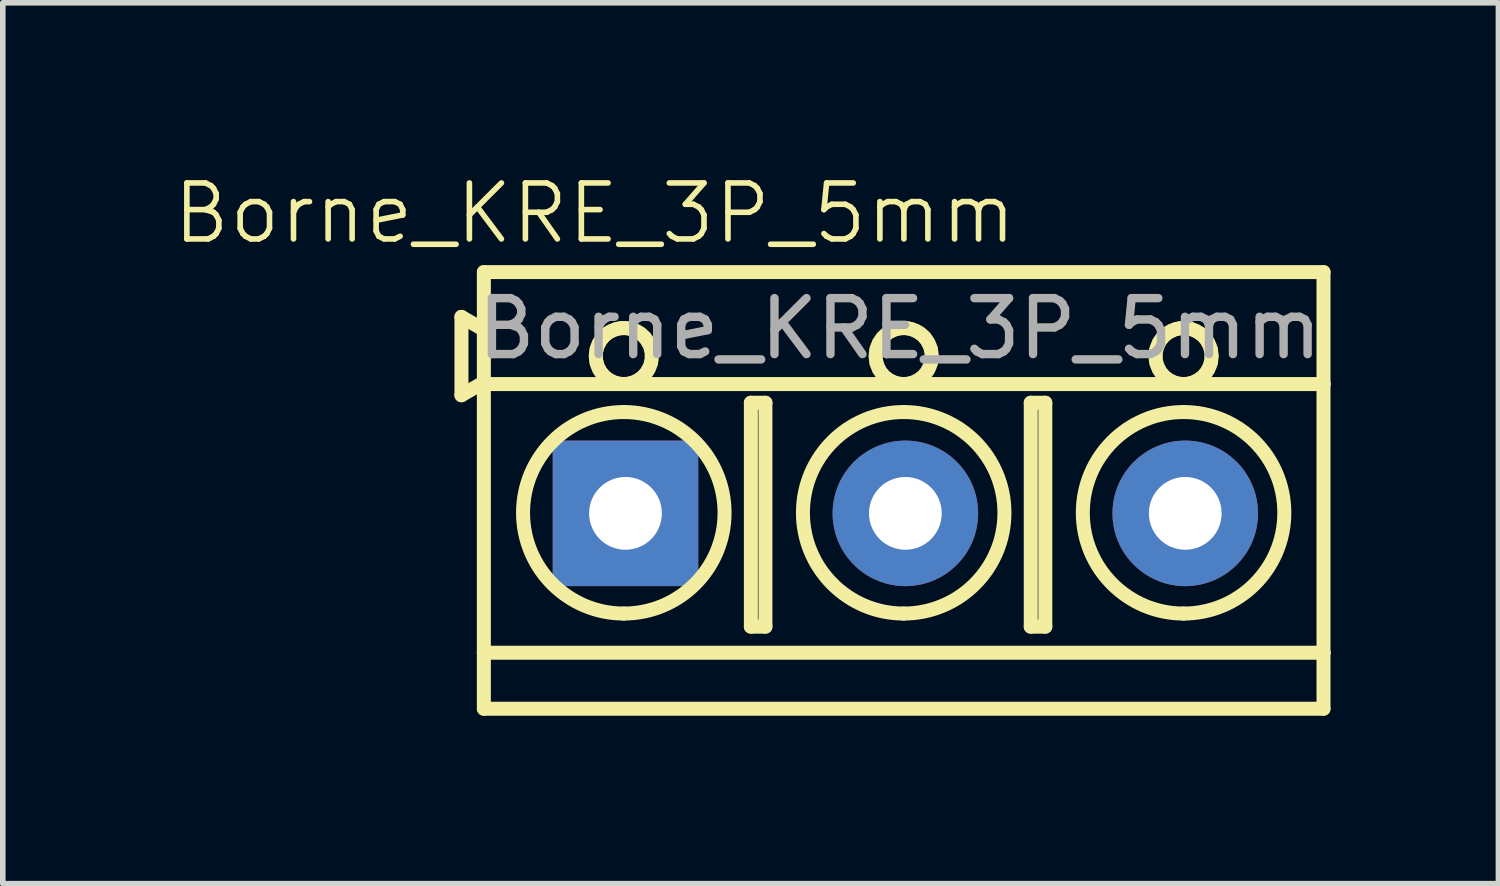
<source format=kicad_pcb>
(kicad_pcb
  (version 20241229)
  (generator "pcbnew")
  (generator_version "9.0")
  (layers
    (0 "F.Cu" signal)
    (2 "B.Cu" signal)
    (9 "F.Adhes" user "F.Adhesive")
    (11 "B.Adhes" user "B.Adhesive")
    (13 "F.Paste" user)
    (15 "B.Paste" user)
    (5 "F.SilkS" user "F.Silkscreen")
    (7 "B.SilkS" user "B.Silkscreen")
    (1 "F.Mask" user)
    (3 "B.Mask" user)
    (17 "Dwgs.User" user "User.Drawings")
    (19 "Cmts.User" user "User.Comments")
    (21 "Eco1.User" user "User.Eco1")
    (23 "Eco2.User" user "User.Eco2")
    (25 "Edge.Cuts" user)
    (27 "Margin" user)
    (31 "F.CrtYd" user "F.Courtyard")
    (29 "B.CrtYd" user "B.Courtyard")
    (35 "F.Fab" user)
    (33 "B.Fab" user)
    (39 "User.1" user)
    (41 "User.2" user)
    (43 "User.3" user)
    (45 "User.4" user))
  (footprint "Borne_KRE_3P_5mm"
    (layer "F.Cu")
    (at 5.594 1.771)
    (property "Reference" "Borne_KRE_3P_5mm" (at 1.98 -1.01 0) (unlocked yes) (layer "F.SilkS") (effects (font (size 1 1) (thickness 0.1))))
    (attr through_hole)
    (fp_line (start -0.4 0.84) (end 0 1.071) (stroke (width 0.25) (type solid)) (layer "F.SilkS"))
    (fp_line (start -0.4 2.24) (end -0.4 0.84) (stroke (width 0.25) (type solid)) (layer "F.SilkS"))
    (fp_line (start 0 0.04) (end 15 0.04) (stroke (width 0.25) (type solid)) (layer "F.SilkS"))
    (fp_line (start 0 2.009) (end -0.4 2.24) (stroke (width 0.25) (type solid)) (layer "F.SilkS"))
    (fp_line (start 0 2.04) (end 0 0.04) (stroke (width 0.25) (type solid)) (layer "F.SilkS"))
    (fp_line (start 0 2.04) (end 2.5 2.04) (stroke (width 0.25) (type solid)) (layer "F.SilkS"))
    (fp_line (start 0 6.84) (end 0 2.04) (stroke (width 0.25) (type solid)) (layer "F.SilkS"))
    (fp_line (start 0 6.84) (end 15 6.84) (stroke (width 0.25) (type solid)) (layer "F.SilkS"))
    (fp_line (start 0 7.84) (end 0 6.84) (stroke (width 0.25) (type solid)) (layer "F.SilkS"))
    (fp_line (start 0 7.84) (end 15 7.84) (stroke (width 0.25) (type solid)) (layer "F.SilkS"))
    (fp_line (start 2.5 2.04) (end 7.5 2.04) (stroke (width 0.25) (type solid)) (layer "F.SilkS"))
    (fp_line (start 4.77 2.374) (end 4.77 6.374) (stroke (width 0.25) (type solid)) (layer "F.SilkS"))
    (fp_line (start 4.77 6.374) (end 5.03 6.374) (stroke (width 0.25) (type solid)) (layer "F.SilkS"))
    (fp_line (start 5.03 2.374) (end 4.77 2.374) (stroke (width 0.25) (type solid)) (layer "F.SilkS"))
    (fp_line (start 5.03 6.374) (end 5.03 2.374) (stroke (width 0.25) (type solid)) (layer "F.SilkS"))
    (fp_line (start 7.5 2.04) (end 12.5 2.04) (stroke (width 0.25) (type solid)) (layer "F.SilkS"))
    (fp_line (start 9.77 2.374) (end 9.77 6.374) (stroke (width 0.25) (type solid)) (layer "F.SilkS"))
    (fp_line (start 9.77 6.374) (end 10.03 6.374) (stroke (width 0.25) (type solid)) (layer "F.SilkS"))
    (fp_line (start 10.03 2.374) (end 9.77 2.374) (stroke (width 0.25) (type solid)) (layer "F.SilkS"))
    (fp_line (start 10.03 6.374) (end 10.03 2.374) (stroke (width 0.25) (type solid)) (layer "F.SilkS"))
    (fp_line (start 12.5 2.04) (end 15 2.04) (stroke (width 0.25) (type solid)) (layer "F.SilkS"))
    (fp_line (start 15 2.04) (end 15 0.04) (stroke (width 0.25) (type solid)) (layer "F.SilkS"))
    (fp_line (start 15 6.84) (end 15 2.04) (stroke (width 0.25) (type solid)) (layer "F.SilkS"))
    (fp_line (start 15 7.84) (end 15 6.84) (stroke (width 0.25) (type solid)) (layer "F.SilkS"))
    (fp_arc (start 2.5 2.54) (mid 4.299947 4.339982) (end 2.5 6.14) (stroke (width 0.25) (type solid)) (layer "F.SilkS"))
    (fp_arc (start 2.5 6.14) (mid 0.699947 4.339982) (end 2.5 2.54) (stroke (width 0.25) (type solid)) (layer "F.SilkS"))
    (fp_arc (start 7.5 2.54) (mid 9.299947 4.339982) (end 7.5 6.14) (stroke (width 0.25) (type solid)) (layer "F.SilkS"))
    (fp_arc (start 7.5 6.14) (mid 5.699947 4.339982) (end 7.5 2.54) (stroke (width 0.25) (type solid)) (layer "F.SilkS"))
    (fp_arc (start 12.5 2.54) (mid 14.299947 4.339982) (end 12.5 6.14) (stroke (width 0.25) (type solid)) (layer "F.SilkS"))
    (fp_arc (start 12.5 6.14) (mid 10.699947 4.339982) (end 12.5 2.54) (stroke (width 0.25) (type solid)) (layer "F.SilkS"))
    (fp_curve (pts (xy 2 1.54) (xy 2 1.499) (xy 2.005 1.458) (xy 2.015 1.417)) (stroke (width 0.25) (type solid)) (layer "F.SilkS"))
    (fp_curve (pts (xy 2.015 1.417) (xy 2.025 1.379) (xy 2.039 1.341) (xy 2.059 1.305)) (stroke (width 0.25) (type solid)) (layer "F.SilkS"))
    (fp_curve (pts (xy 2.015 1.663) (xy 2.005 1.622) (xy 2 1.581) (xy 2 1.54)) (stroke (width 0.25) (type solid)) (layer "F.SilkS"))
    (fp_curve (pts (xy 2.059 1.305) (xy 2.076 1.273) (xy 2.097 1.241) (xy 2.123 1.211)) (stroke (width 0.25) (type solid)) (layer "F.SilkS"))
    (fp_curve (pts (xy 2.059 1.775) (xy 2.039 1.739) (xy 2.025 1.701) (xy 2.015 1.663)) (stroke (width 0.25) (type solid)) (layer "F.SilkS"))
    (fp_curve (pts (xy 2.123 1.211) (xy 2.145 1.186) (xy 2.17 1.162) (xy 2.2 1.14)) (stroke (width 0.25) (type solid)) (layer "F.SilkS"))
    (fp_curve (pts (xy 2.123 1.869) (xy 2.097 1.839) (xy 2.076 1.807) (xy 2.059 1.775)) (stroke (width 0.25) (type solid)) (layer "F.SilkS"))
    (fp_curve (pts (xy 2.2 1.14) (xy 2.224 1.122) (xy 2.251 1.105) (xy 2.281 1.091)) (stroke (width 0.25) (type solid)) (layer "F.SilkS"))
    (fp_curve (pts (xy 2.2 1.94) (xy 2.17 1.918) (xy 2.145 1.894) (xy 2.123 1.869)) (stroke (width 0.25) (type solid)) (layer "F.SilkS"))
    (fp_curve (pts (xy 2.281 1.091) (xy 2.305 1.079) (xy 2.331 1.068) (xy 2.36 1.06)) (stroke (width 0.25) (type solid)) (layer "F.SilkS"))
    (fp_curve (pts (xy 2.281 1.989) (xy 2.251 1.975) (xy 2.224 1.958) (xy 2.2 1.94)) (stroke (width 0.25) (type solid)) (layer "F.SilkS"))
    (fp_curve (pts (xy 2.36 1.06) (xy 2.383 1.053) (xy 2.408 1.048) (xy 2.434 1.044)) (stroke (width 0.25) (type solid)) (layer "F.SilkS"))
    (fp_curve (pts (xy 2.36 2.02) (xy 2.331 2.012) (xy 2.305 2.001) (xy 2.281 1.989)) (stroke (width 0.25) (type solid)) (layer "F.SilkS"))
    (fp_curve (pts (xy 2.434 1.044) (xy 2.455 1.042) (xy 2.478 1.041) (xy 2.5 1.04)) (stroke (width 0.25) (type solid)) (layer "F.SilkS"))
    (fp_curve (pts (xy 2.434 2.036) (xy 2.408 2.032) (xy 2.383 2.027) (xy 2.36 2.02)) (stroke (width 0.25) (type solid)) (layer "F.SilkS"))
    (fp_curve (pts (xy 2.5 1.04) (xy 2.522 1.041) (xy 2.545 1.042) (xy 2.566 1.044)) (stroke (width 0.25) (type solid)) (layer "F.SilkS"))
    (fp_curve (pts (xy 2.5 2.04) (xy 2.478 2.039) (xy 2.455 2.038) (xy 2.434 2.036)) (stroke (width 0.25) (type solid)) (layer "F.SilkS"))
    (fp_curve (pts (xy 2.566 1.044) (xy 2.592 1.048) (xy 2.617 1.053) (xy 2.64 1.06)) (stroke (width 0.25) (type solid)) (layer "F.SilkS"))
    (fp_curve (pts (xy 2.566 2.036) (xy 2.545 2.038) (xy 2.522 2.039) (xy 2.5 2.04)) (stroke (width 0.25) (type solid)) (layer "F.SilkS"))
    (fp_curve (pts (xy 2.64 1.06) (xy 2.669 1.068) (xy 2.695 1.079) (xy 2.719 1.091)) (stroke (width 0.25) (type solid)) (layer "F.SilkS"))
    (fp_curve (pts (xy 2.64 2.02) (xy 2.617 2.027) (xy 2.592 2.032) (xy 2.566 2.036)) (stroke (width 0.25) (type solid)) (layer "F.SilkS"))
    (fp_curve (pts (xy 2.719 1.091) (xy 2.749 1.105) (xy 2.776 1.122) (xy 2.8 1.14)) (stroke (width 0.25) (type solid)) (layer "F.SilkS"))
    (fp_curve (pts (xy 2.719 1.989) (xy 2.695 2.001) (xy 2.669 2.012) (xy 2.64 2.02)) (stroke (width 0.25) (type solid)) (layer "F.SilkS"))
    (fp_curve (pts (xy 2.8 1.14) (xy 2.83 1.162) (xy 2.855 1.186) (xy 2.877 1.211)) (stroke (width 0.25) (type solid)) (layer "F.SilkS"))
    (fp_curve (pts (xy 2.8 1.94) (xy 2.776 1.958) (xy 2.749 1.975) (xy 2.719 1.989)) (stroke (width 0.25) (type solid)) (layer "F.SilkS"))
    (fp_curve (pts (xy 2.877 1.211) (xy 2.903 1.241) (xy 2.924 1.273) (xy 2.941 1.305)) (stroke (width 0.25) (type solid)) (layer "F.SilkS"))
    (fp_curve (pts (xy 2.877 1.869) (xy 2.855 1.894) (xy 2.83 1.918) (xy 2.8 1.94)) (stroke (width 0.25) (type solid)) (layer "F.SilkS"))
    (fp_curve (pts (xy 2.941 1.305) (xy 2.961 1.341) (xy 2.975 1.379) (xy 2.985 1.417)) (stroke (width 0.25) (type solid)) (layer "F.SilkS"))
    (fp_curve (pts (xy 2.941 1.775) (xy 2.924 1.807) (xy 2.903 1.839) (xy 2.877 1.869)) (stroke (width 0.25) (type solid)) (layer "F.SilkS"))
    (fp_curve (pts (xy 2.985 1.417) (xy 2.995 1.458) (xy 3 1.499) (xy 3 1.54)) (stroke (width 0.25) (type solid)) (layer "F.SilkS"))
    (fp_curve (pts (xy 2.985 1.663) (xy 2.975 1.701) (xy 2.961 1.739) (xy 2.941 1.775)) (stroke (width 0.25) (type solid)) (layer "F.SilkS"))
    (fp_curve (pts (xy 3 1.54) (xy 3 1.581) (xy 2.995 1.622) (xy 2.985 1.663)) (stroke (width 0.25) (type solid)) (layer "F.SilkS"))
    (fp_curve (pts (xy 7 1.54) (xy 7 1.499) (xy 7.005 1.458) (xy 7.015 1.417)) (stroke (width 0.25) (type solid)) (layer "F.SilkS"))
    (fp_curve (pts (xy 7.015 1.417) (xy 7.025 1.379) (xy 7.039 1.341) (xy 7.059 1.305)) (stroke (width 0.25) (type solid)) (layer "F.SilkS"))
    (fp_curve (pts (xy 7.015 1.663) (xy 7.005 1.622) (xy 7 1.581) (xy 7 1.54)) (stroke (width 0.25) (type solid)) (layer "F.SilkS"))
    (fp_curve (pts (xy 7.059 1.305) (xy 7.076 1.273) (xy 7.097 1.241) (xy 7.123 1.211)) (stroke (width 0.25) (type solid)) (layer "F.SilkS"))
    (fp_curve (pts (xy 7.059 1.775) (xy 7.039 1.739) (xy 7.025 1.701) (xy 7.015 1.663)) (stroke (width 0.25) (type solid)) (layer "F.SilkS"))
    (fp_curve (pts (xy 7.123 1.211) (xy 7.145 1.186) (xy 7.17 1.162) (xy 7.2 1.14)) (stroke (width 0.25) (type solid)) (layer "F.SilkS"))
    (fp_curve (pts (xy 7.123 1.869) (xy 7.097 1.839) (xy 7.076 1.807) (xy 7.059 1.775)) (stroke (width 0.25) (type solid)) (layer "F.SilkS"))
    (fp_curve (pts (xy 7.2 1.14) (xy 7.224 1.122) (xy 7.251 1.105) (xy 7.281 1.091)) (stroke (width 0.25) (type solid)) (layer "F.SilkS"))
    (fp_curve (pts (xy 7.2 1.94) (xy 7.17 1.918) (xy 7.145 1.894) (xy 7.123 1.869)) (stroke (width 0.25) (type solid)) (layer "F.SilkS"))
    (fp_curve (pts (xy 7.281 1.091) (xy 7.305 1.079) (xy 7.331 1.068) (xy 7.36 1.06)) (stroke (width 0.25) (type solid)) (layer "F.SilkS"))
    (fp_curve (pts (xy 7.281 1.989) (xy 7.251 1.975) (xy 7.224 1.958) (xy 7.2 1.94)) (stroke (width 0.25) (type solid)) (layer "F.SilkS"))
    (fp_curve (pts (xy 7.36 1.06) (xy 7.383 1.053) (xy 7.408 1.048) (xy 7.434 1.044)) (stroke (width 0.25) (type solid)) (layer "F.SilkS"))
    (fp_curve (pts (xy 7.36 2.02) (xy 7.331 2.012) (xy 7.305 2.001) (xy 7.281 1.989)) (stroke (width 0.25) (type solid)) (layer "F.SilkS"))
    (fp_curve (pts (xy 7.434 1.044) (xy 7.455 1.042) (xy 7.478 1.041) (xy 7.5 1.04)) (stroke (width 0.25) (type solid)) (layer "F.SilkS"))
    (fp_curve (pts (xy 7.434 2.036) (xy 7.408 2.032) (xy 7.383 2.027) (xy 7.36 2.02)) (stroke (width 0.25) (type solid)) (layer "F.SilkS"))
    (fp_curve (pts (xy 7.5 1.04) (xy 7.522 1.041) (xy 7.545 1.042) (xy 7.566 1.044)) (stroke (width 0.25) (type solid)) (layer "F.SilkS"))
    (fp_curve (pts (xy 7.5 2.04) (xy 7.478 2.039) (xy 7.455 2.038) (xy 7.434 2.036)) (stroke (width 0.25) (type solid)) (layer "F.SilkS"))
    (fp_curve (pts (xy 7.566 1.044) (xy 7.592 1.048) (xy 7.617 1.053) (xy 7.64 1.06)) (stroke (width 0.25) (type solid)) (layer "F.SilkS"))
    (fp_curve (pts (xy 7.566 2.036) (xy 7.545 2.038) (xy 7.522 2.039) (xy 7.5 2.04)) (stroke (width 0.25) (type solid)) (layer "F.SilkS"))
    (fp_curve (pts (xy 7.64 1.06) (xy 7.669 1.068) (xy 7.695 1.079) (xy 7.719 1.091)) (stroke (width 0.25) (type solid)) (layer "F.SilkS"))
    (fp_curve (pts (xy 7.64 2.02) (xy 7.617 2.027) (xy 7.592 2.032) (xy 7.566 2.036)) (stroke (width 0.25) (type solid)) (layer "F.SilkS"))
    (fp_curve (pts (xy 7.719 1.091) (xy 7.749 1.105) (xy 7.776 1.122) (xy 7.8 1.14)) (stroke (width 0.25) (type solid)) (layer "F.SilkS"))
    (fp_curve (pts (xy 7.719 1.989) (xy 7.695 2.001) (xy 7.669 2.012) (xy 7.64 2.02)) (stroke (width 0.25) (type solid)) (layer "F.SilkS"))
    (fp_curve (pts (xy 7.8 1.14) (xy 7.83 1.162) (xy 7.855 1.186) (xy 7.877 1.211)) (stroke (width 0.25) (type solid)) (layer "F.SilkS"))
    (fp_curve (pts (xy 7.8 1.94) (xy 7.776 1.958) (xy 7.749 1.975) (xy 7.719 1.989)) (stroke (width 0.25) (type solid)) (layer "F.SilkS"))
    (fp_curve (pts (xy 7.877 1.211) (xy 7.903 1.241) (xy 7.924 1.273) (xy 7.941 1.305)) (stroke (width 0.25) (type solid)) (layer "F.SilkS"))
    (fp_curve (pts (xy 7.877 1.869) (xy 7.855 1.894) (xy 7.83 1.918) (xy 7.8 1.94)) (stroke (width 0.25) (type solid)) (layer "F.SilkS"))
    (fp_curve (pts (xy 7.941 1.305) (xy 7.961 1.341) (xy 7.975 1.379) (xy 7.985 1.417)) (stroke (width 0.25) (type solid)) (layer "F.SilkS"))
    (fp_curve (pts (xy 7.941 1.775) (xy 7.924 1.807) (xy 7.903 1.839) (xy 7.877 1.869)) (stroke (width 0.25) (type solid)) (layer "F.SilkS"))
    (fp_curve (pts (xy 7.985 1.417) (xy 7.995 1.458) (xy 8 1.499) (xy 8 1.54)) (stroke (width 0.25) (type solid)) (layer "F.SilkS"))
    (fp_curve (pts (xy 7.985 1.663) (xy 7.975 1.701) (xy 7.961 1.739) (xy 7.941 1.775)) (stroke (width 0.25) (type solid)) (layer "F.SilkS"))
    (fp_curve (pts (xy 8 1.54) (xy 8 1.581) (xy 7.995 1.622) (xy 7.985 1.663)) (stroke (width 0.25) (type solid)) (layer "F.SilkS"))
    (fp_curve (pts (xy 12 1.54) (xy 12 1.499) (xy 12.005 1.458) (xy 12.015 1.417)) (stroke (width 0.25) (type solid)) (layer "F.SilkS"))
    (fp_curve (pts (xy 12.015 1.417) (xy 12.025 1.379) (xy 12.039 1.341) (xy 12.059 1.305)) (stroke (width 0.25) (type solid)) (layer "F.SilkS"))
    (fp_curve (pts (xy 12.015 1.663) (xy 12.005 1.622) (xy 12 1.581) (xy 12 1.54)) (stroke (width 0.25) (type solid)) (layer "F.SilkS"))
    (fp_curve (pts (xy 12.059 1.305) (xy 12.076 1.273) (xy 12.097 1.241) (xy 12.123 1.211)) (stroke (width 0.25) (type solid)) (layer "F.SilkS"))
    (fp_curve (pts (xy 12.059 1.775) (xy 12.039 1.739) (xy 12.025 1.701) (xy 12.015 1.663)) (stroke (width 0.25) (type solid)) (layer "F.SilkS"))
    (fp_curve (pts (xy 12.123 1.211) (xy 12.145 1.186) (xy 12.17 1.162) (xy 12.2 1.14)) (stroke (width 0.25) (type solid)) (layer "F.SilkS"))
    (fp_curve (pts (xy 12.123 1.869) (xy 12.097 1.839) (xy 12.076 1.807) (xy 12.059 1.775)) (stroke (width 0.25) (type solid)) (layer "F.SilkS"))
    (fp_curve (pts (xy 12.2 1.14) (xy 12.224 1.122) (xy 12.251 1.105) (xy 12.281 1.091)) (stroke (width 0.25) (type solid)) (layer "F.SilkS"))
    (fp_curve (pts (xy 12.2 1.94) (xy 12.17 1.918) (xy 12.145 1.894) (xy 12.123 1.869)) (stroke (width 0.25) (type solid)) (layer "F.SilkS"))
    (fp_curve (pts (xy 12.281 1.091) (xy 12.305 1.079) (xy 12.331 1.068) (xy 12.36 1.06)) (stroke (width 0.25) (type solid)) (layer "F.SilkS"))
    (fp_curve (pts (xy 12.281 1.989) (xy 12.251 1.975) (xy 12.224 1.958) (xy 12.2 1.94)) (stroke (width 0.25) (type solid)) (layer "F.SilkS"))
    (fp_curve (pts (xy 12.36 1.06) (xy 12.383 1.053) (xy 12.408 1.048) (xy 12.434 1.044)) (stroke (width 0.25) (type solid)) (layer "F.SilkS"))
    (fp_curve (pts (xy 12.36 2.02) (xy 12.331 2.012) (xy 12.305 2.001) (xy 12.281 1.989)) (stroke (width 0.25) (type solid)) (layer "F.SilkS"))
    (fp_curve (pts (xy 12.434 1.044) (xy 12.455 1.042) (xy 12.478 1.041) (xy 12.5 1.04)) (stroke (width 0.25) (type solid)) (layer "F.SilkS"))
    (fp_curve (pts (xy 12.434 2.036) (xy 12.408 2.032) (xy 12.383 2.027) (xy 12.36 2.02)) (stroke (width 0.25) (type solid)) (layer "F.SilkS"))
    (fp_curve (pts (xy 12.5 1.04) (xy 12.522 1.041) (xy 12.545 1.042) (xy 12.566 1.044)) (stroke (width 0.25) (type solid)) (layer "F.SilkS"))
    (fp_curve (pts (xy 12.5 2.04) (xy 12.478 2.039) (xy 12.455 2.038) (xy 12.434 2.036)) (stroke (width 0.25) (type solid)) (layer "F.SilkS"))
    (fp_curve (pts (xy 12.566 1.044) (xy 12.592 1.048) (xy 12.617 1.053) (xy 12.64 1.06)) (stroke (width 0.25) (type solid)) (layer "F.SilkS"))
    (fp_curve (pts (xy 12.566 2.036) (xy 12.545 2.038) (xy 12.522 2.039) (xy 12.5 2.04)) (stroke (width 0.25) (type solid)) (layer "F.SilkS"))
    (fp_curve (pts (xy 12.64 1.06) (xy 12.669 1.068) (xy 12.695 1.079) (xy 12.719 1.091)) (stroke (width 0.25) (type solid)) (layer "F.SilkS"))
    (fp_curve (pts (xy 12.64 2.02) (xy 12.617 2.027) (xy 12.592 2.032) (xy 12.566 2.036)) (stroke (width 0.25) (type solid)) (layer "F.SilkS"))
    (fp_curve (pts (xy 12.719 1.091) (xy 12.749 1.105) (xy 12.776 1.122) (xy 12.8 1.14)) (stroke (width 0.25) (type solid)) (layer "F.SilkS"))
    (fp_curve (pts (xy 12.719 1.989) (xy 12.695 2.001) (xy 12.669 2.012) (xy 12.64 2.02)) (stroke (width 0.25) (type solid)) (layer "F.SilkS"))
    (fp_curve (pts (xy 12.8 1.14) (xy 12.83 1.162) (xy 12.855 1.186) (xy 12.877 1.211)) (stroke (width 0.25) (type solid)) (layer "F.SilkS"))
    (fp_curve (pts (xy 12.8 1.94) (xy 12.776 1.958) (xy 12.749 1.975) (xy 12.719 1.989)) (stroke (width 0.25) (type solid)) (layer "F.SilkS"))
    (fp_curve (pts (xy 12.877 1.211) (xy 12.903 1.241) (xy 12.924 1.273) (xy 12.941 1.305)) (stroke (width 0.25) (type solid)) (layer "F.SilkS"))
    (fp_curve (pts (xy 12.877 1.869) (xy 12.855 1.894) (xy 12.83 1.918) (xy 12.8 1.94)) (stroke (width 0.25) (type solid)) (layer "F.SilkS"))
    (fp_curve (pts (xy 12.941 1.305) (xy 12.961 1.341) (xy 12.975 1.379) (xy 12.985 1.417)) (stroke (width 0.25) (type solid)) (layer "F.SilkS"))
    (fp_curve (pts (xy 12.941 1.775) (xy 12.924 1.807) (xy 12.903 1.839) (xy 12.877 1.869)) (stroke (width 0.25) (type solid)) (layer "F.SilkS"))
    (fp_curve (pts (xy 12.985 1.417) (xy 12.995 1.458) (xy 13 1.499) (xy 13 1.54)) (stroke (width 0.25) (type solid)) (layer "F.SilkS"))
    (fp_curve (pts (xy 12.985 1.663) (xy 12.975 1.701) (xy 12.961 1.739) (xy 12.941 1.775)) (stroke (width 0.25) (type solid)) (layer "F.SilkS"))
    (fp_curve (pts (xy 13 1.54) (xy 13 1.581) (xy 12.995 1.622) (xy 12.985 1.663)) (stroke (width 0.25) (type solid)) (layer "F.SilkS"))
    (fp_text user "${REFERENCE}" (at 7.43 1.05 0) (unlocked yes) (layer "F.Fab") (effects (font (size 1 1) (thickness 0.15))))
    (pad "1" thru_hole rect (at 2.53 4.35) (size 2.6 2.6) (drill 1.3) (layers "*.Cu" "*.Mask"))
    (pad "2" thru_hole circle (at 7.53 4.35) (size 2.6 2.6) (drill 1.3) (layers "*.Cu" "*.Mask"))
    (pad "3" thru_hole circle (at 12.53 4.35) (size 2.6 2.6) (drill 1.3) (layers "*.Cu" "*.Mask")))
  (gr_rect
    (start -3 -3)
    (end 23.719 12.736)
    (stroke (width 0.1) (type default))
    (fill no)
    (layer "Edge.Cuts")))
</source>
